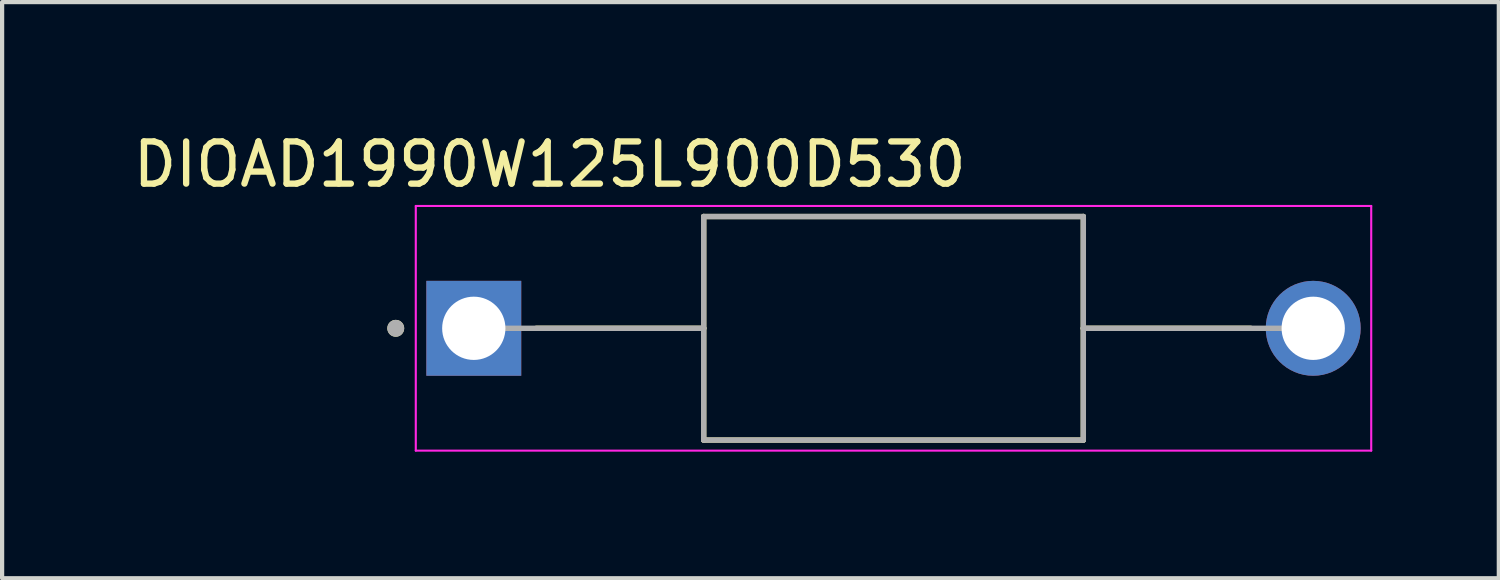
<source format=kicad_pcb>
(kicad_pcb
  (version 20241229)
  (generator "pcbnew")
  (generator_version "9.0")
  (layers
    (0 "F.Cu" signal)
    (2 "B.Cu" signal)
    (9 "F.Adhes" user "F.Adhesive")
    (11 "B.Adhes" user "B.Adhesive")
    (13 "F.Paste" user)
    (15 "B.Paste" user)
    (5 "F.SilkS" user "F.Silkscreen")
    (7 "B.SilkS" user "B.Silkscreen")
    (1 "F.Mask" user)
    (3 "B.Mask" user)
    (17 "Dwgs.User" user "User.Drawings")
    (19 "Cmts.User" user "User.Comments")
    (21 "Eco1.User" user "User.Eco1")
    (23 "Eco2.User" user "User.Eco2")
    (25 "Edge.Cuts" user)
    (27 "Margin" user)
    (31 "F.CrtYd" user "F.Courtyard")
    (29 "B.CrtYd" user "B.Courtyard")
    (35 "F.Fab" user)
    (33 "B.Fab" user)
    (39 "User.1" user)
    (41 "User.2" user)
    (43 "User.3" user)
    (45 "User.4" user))
  (footprint "DIOAD1990W125L900D530"
    (layer "F.Cu")
    (at 18.132 4.733)
    (property "Reference" "DIOAD1990W125L900D530" (at -8.15 -3.885 0) (layer "F.SilkS") (effects (font (size 1 1) (thickness 0.15))))
    (attr through_hole)
    (fp_line (start -4.5 -2.65) (end -4.5 0) (stroke (width 0.127) (type solid)) (layer "F.SilkS"))
    (fp_line (start -4.5 0) (end -8.47 0) (stroke (width 0.127) (type solid)) (layer "F.SilkS"))
    (fp_line (start -4.5 0) (end -4.5 2.65) (stroke (width 0.127) (type solid)) (layer "F.SilkS"))
    (fp_line (start -4.5 2.65) (end 4.5 2.65) (stroke (width 0.127) (type solid)) (layer "F.SilkS"))
    (fp_line (start 4.5 -2.65) (end -4.5 -2.65) (stroke (width 0.127) (type solid)) (layer "F.SilkS"))
    (fp_line (start 4.5 0) (end 4.5 -2.65) (stroke (width 0.127) (type solid)) (layer "F.SilkS"))
    (fp_line (start 4.5 0) (end 8.47 0) (stroke (width 0.127) (type solid)) (layer "F.SilkS"))
    (fp_line (start 4.5 2.65) (end 4.5 0) (stroke (width 0.127) (type solid)) (layer "F.SilkS"))
    (fp_circle (center -11.8 0) (end -11.7 0) (stroke (width 0.2) (type solid)) (fill no) (layer "F.SilkS"))
    (fp_line (start -11.325 -2.9) (end -11.325 2.9) (stroke (width 0.05) (type solid)) (layer "F.CrtYd"))
    (fp_line (start -11.325 2.9) (end 11.325 2.9) (stroke (width 0.05) (type solid)) (layer "F.CrtYd"))
    (fp_line (start 11.325 -2.9) (end -11.325 -2.9) (stroke (width 0.05) (type solid)) (layer "F.CrtYd"))
    (fp_line (start 11.325 2.9) (end 11.325 -2.9) (stroke (width 0.05) (type solid)) (layer "F.CrtYd"))
    (fp_line (start -4.5 -2.65) (end -4.5 0) (stroke (width 0.127) (type solid)) (layer "F.Fab"))
    (fp_line (start -4.5 0) (end -9.95 0) (stroke (width 0.127) (type solid)) (layer "F.Fab"))
    (fp_line (start -4.5 0) (end -4.5 2.65) (stroke (width 0.127) (type solid)) (layer "F.Fab"))
    (fp_line (start -4.5 2.65) (end 4.5 2.65) (stroke (width 0.127) (type solid)) (layer "F.Fab"))
    (fp_line (start 4.5 -2.65) (end -4.5 -2.65) (stroke (width 0.127) (type solid)) (layer "F.Fab"))
    (fp_line (start 4.5 0) (end 4.5 -2.65) (stroke (width 0.127) (type solid)) (layer "F.Fab"))
    (fp_line (start 4.5 0) (end 9.95 0) (stroke (width 0.127) (type solid)) (layer "F.Fab"))
    (fp_line (start 4.5 2.65) (end 4.5 0) (stroke (width 0.127) (type solid)) (layer "F.Fab"))
    (fp_circle (center -11.8 0) (end -11.7 0) (stroke (width 0.2) (type solid)) (fill no) (layer "F.Fab"))
    (pad "A" thru_hole circle (at 9.95 0) (size 2.25 2.25) (drill 1.5) (layers "*.Cu" "*.Mask"))
    (pad "C" thru_hole rect (at -9.95 0) (size 2.25 2.25) (drill 1.5) (layers "*.Cu" "*.Mask")))
  (gr_rect
    (start -3 -3)
    (end 32.482 10.658)
    (stroke (width 0.1) (type default))
    (fill no)
    (layer "Edge.Cuts")))
</source>
